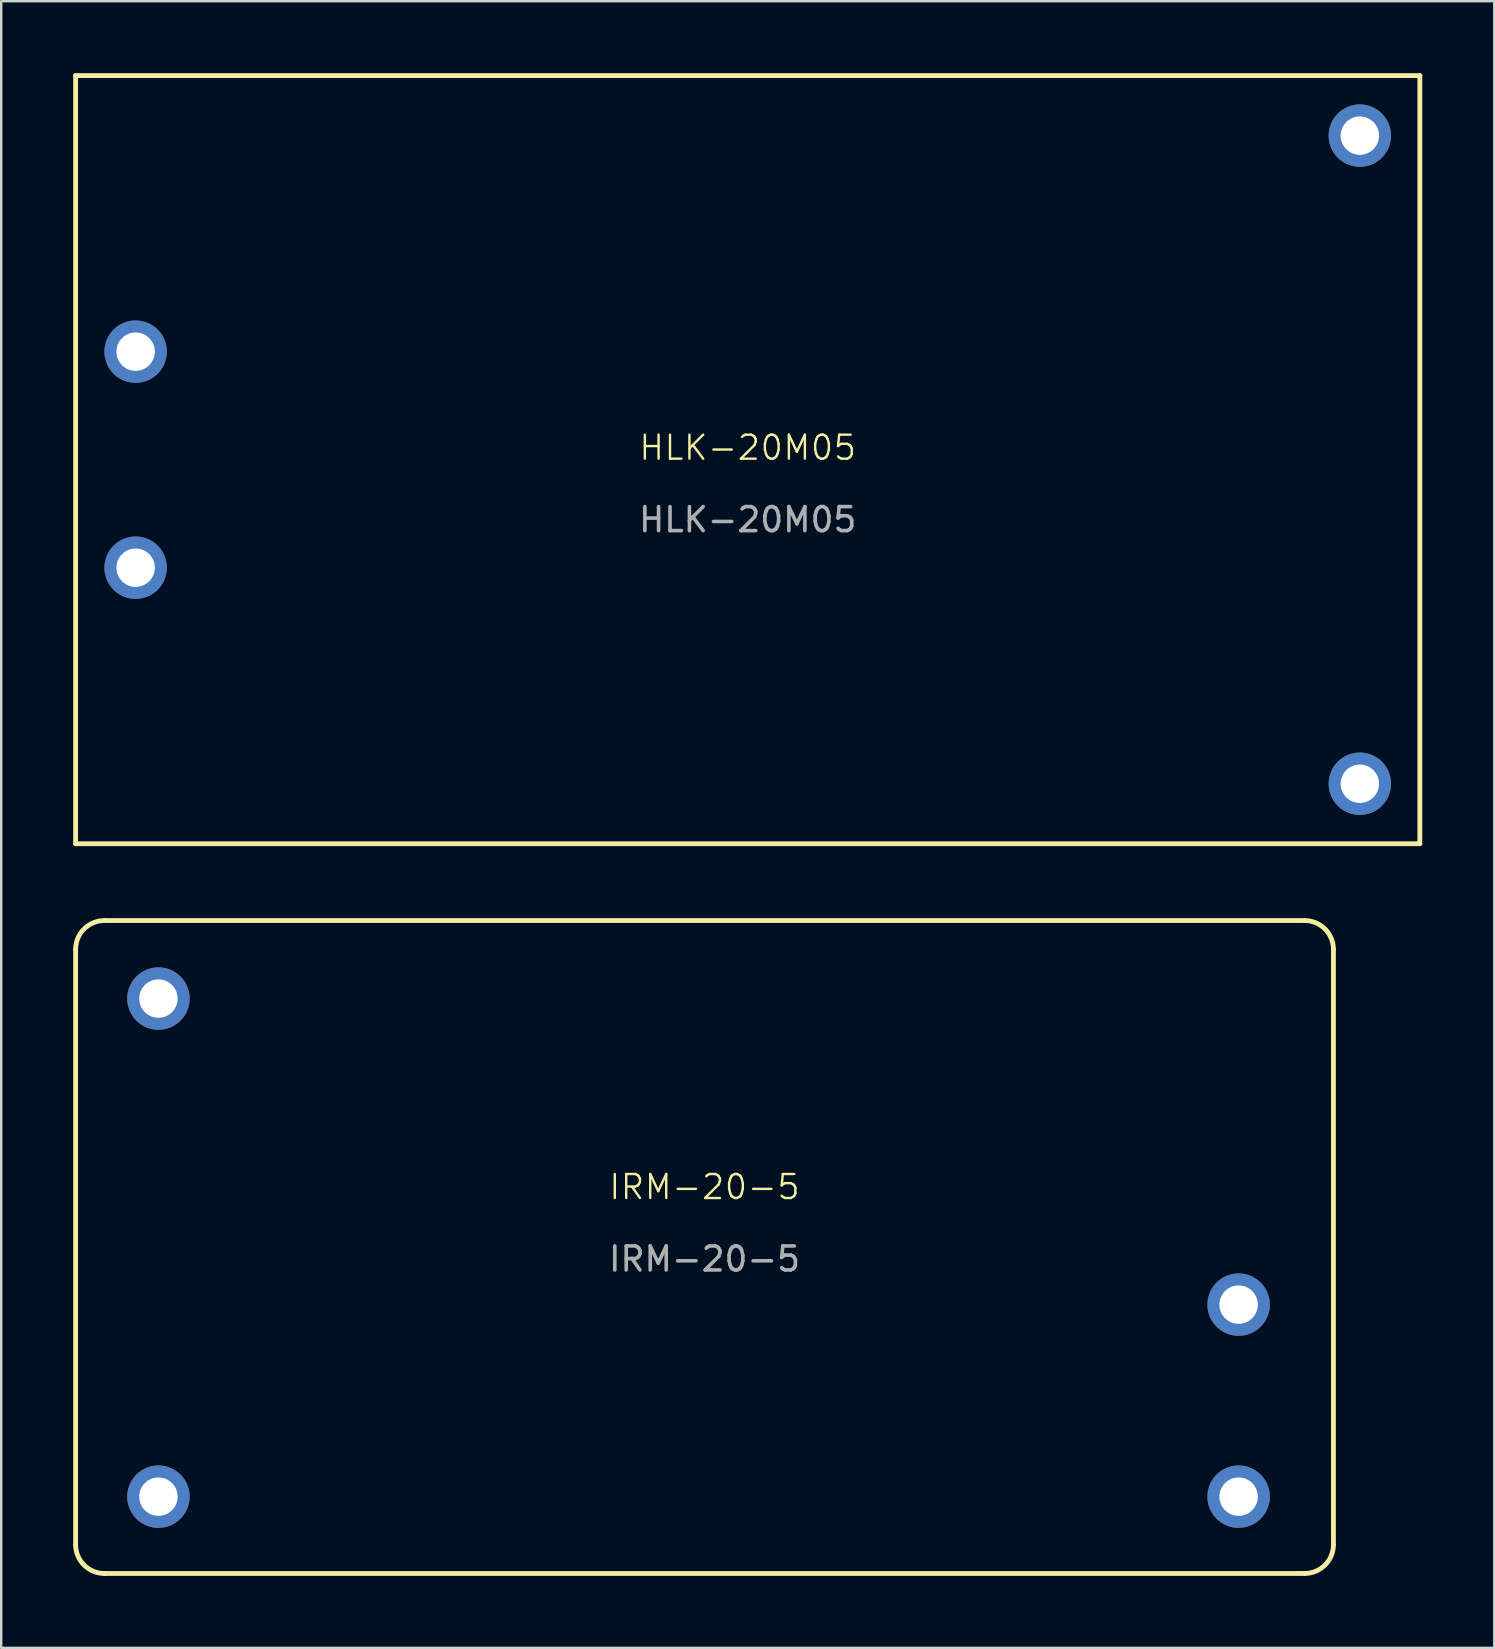
<source format=kicad_pcb>
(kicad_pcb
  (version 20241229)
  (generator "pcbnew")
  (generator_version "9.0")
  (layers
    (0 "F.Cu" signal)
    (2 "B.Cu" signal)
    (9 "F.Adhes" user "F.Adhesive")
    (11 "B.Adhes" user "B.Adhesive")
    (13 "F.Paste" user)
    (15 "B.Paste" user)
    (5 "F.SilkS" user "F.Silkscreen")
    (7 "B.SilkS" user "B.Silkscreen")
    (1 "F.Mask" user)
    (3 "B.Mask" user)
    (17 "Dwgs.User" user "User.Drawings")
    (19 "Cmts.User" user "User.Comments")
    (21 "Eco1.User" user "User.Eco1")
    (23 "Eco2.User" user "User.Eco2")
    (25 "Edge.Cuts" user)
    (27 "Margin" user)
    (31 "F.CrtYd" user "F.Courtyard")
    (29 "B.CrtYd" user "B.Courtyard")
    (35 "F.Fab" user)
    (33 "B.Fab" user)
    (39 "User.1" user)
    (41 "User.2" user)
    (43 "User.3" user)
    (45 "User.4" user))
  (footprint "HLK-20M05"
    (layer "F.Cu")
    (at 28.1 16.1)
    (property "Reference" "HLK-20M05" (at 0 -0.5 0) (unlocked yes) (layer "F.SilkS") (effects (font (size 1 1) (thickness 0.1))))
    (attr through_hole)
    (fp_line (start -28 -16) (end 28 -16) (stroke (width 0.2) (type solid)) (layer "F.SilkS"))
    (fp_line (start -28 16) (end -28 -16) (stroke (width 0.2) (type solid)) (layer "F.SilkS"))
    (fp_line (start -28 16) (end 28 16) (stroke (width 0.2) (type solid)) (layer "F.SilkS"))
    (fp_line (start 28 -16) (end 28 16) (stroke (width 0.2) (type solid)) (layer "F.SilkS"))
    (fp_text user "${REFERENCE}" (at 0 2.5 0) (unlocked yes) (layer "F.Fab") (effects (font (size 1 1) (thickness 0.15))))
    (pad "1" thru_hole circle (at -25.5 -4.5) (size 2.6 2.6) (drill 1.6) (layers "*.Cu" "*.Mask"))
    (pad "2" thru_hole circle (at -25.5 4.5) (size 2.6 2.6) (drill 1.6) (layers "*.Cu" "*.Mask"))
    (pad "3" thru_hole circle (at 25.5 13.5) (size 2.6 2.6) (drill 1.6) (layers "*.Cu" "*.Mask"))
    (pad "4" thru_hole circle (at 25.5 -13.5) (size 2.6 2.6) (drill 1.6) (layers "*.Cu" "*.Mask")))
  (footprint "IRM-20-5"
    (layer "F.Cu")
    (at 26.3 48.9)
    (property "Reference" "IRM-20-5" (at 0 -2.5 0) (unlocked yes) (layer "F.SilkS") (effects (font (size 1 1) (thickness 0.1))))
    (attr through_hole)
    (fp_line (start -26.2 -12.4) (end -26.2 12.4) (stroke (width 0.2) (type solid)) (layer "F.SilkS"))
    (fp_line (start -25.001 13.6) (end 25 13.6) (stroke (width 0.2) (type solid)) (layer "F.SilkS"))
    (fp_line (start 25 -13.6) (end -25.001 -13.6) (stroke (width 0.2) (type solid)) (layer "F.SilkS"))
    (fp_line (start 26.2 12.4) (end 26.2 -12.4) (stroke (width 0.2) (type solid)) (layer "F.SilkS"))
    (fp_curve (pts (xy -26.2 -12.4) (xy -26.2 -13.063) (xy -25.663 -13.6) (xy -25.001 -13.6)) (stroke (width 0.2) (type solid)) (layer "F.SilkS"))
    (fp_curve (pts (xy -25.001 13.6) (xy -25.663 13.6) (xy -26.2 13.063) (xy -26.2 12.4)) (stroke (width 0.2) (type solid)) (layer "F.SilkS"))
    (fp_curve (pts (xy 25 -13.6) (xy 25.663 -13.6) (xy 26.2 -13.063) (xy 26.2 -12.4)) (stroke (width 0.2) (type solid)) (layer "F.SilkS"))
    (fp_curve (pts (xy 26.2 12.4) (xy 26.2 13.063) (xy 25.663 13.6) (xy 25 13.6)) (stroke (width 0.2) (type solid)) (layer "F.SilkS"))
    (fp_text user "${REFERENCE}" (at 0 0.5 0) (unlocked yes) (layer "F.Fab") (effects (font (size 1 1) (thickness 0.15))))
    (pad "1" thru_hole circle (at -22.75 -10.35 180) (size 2.6 2.6) (drill 1.6) (layers "*.Cu" "*.Mask"))
    (pad "2" thru_hole circle (at -22.75 10.4 180) (size 2.6 2.6) (drill 1.6) (layers "*.Cu" "*.Mask"))
    (pad "3" thru_hole circle (at 22.25 2.4 180) (size 2.6 2.6) (drill 1.6) (layers "*.Cu" "*.Mask"))
    (pad "4" thru_hole circle (at 22.25 10.4 180) (size 2.6 2.6) (drill 1.6) (layers "*.Cu" "*.Mask")))
  (gr_rect
    (start -3 -3)
    (end 59.2 65.6)
    (stroke (width 0.1) (type default))
    (fill no)
    (layer "Edge.Cuts")))
</source>
